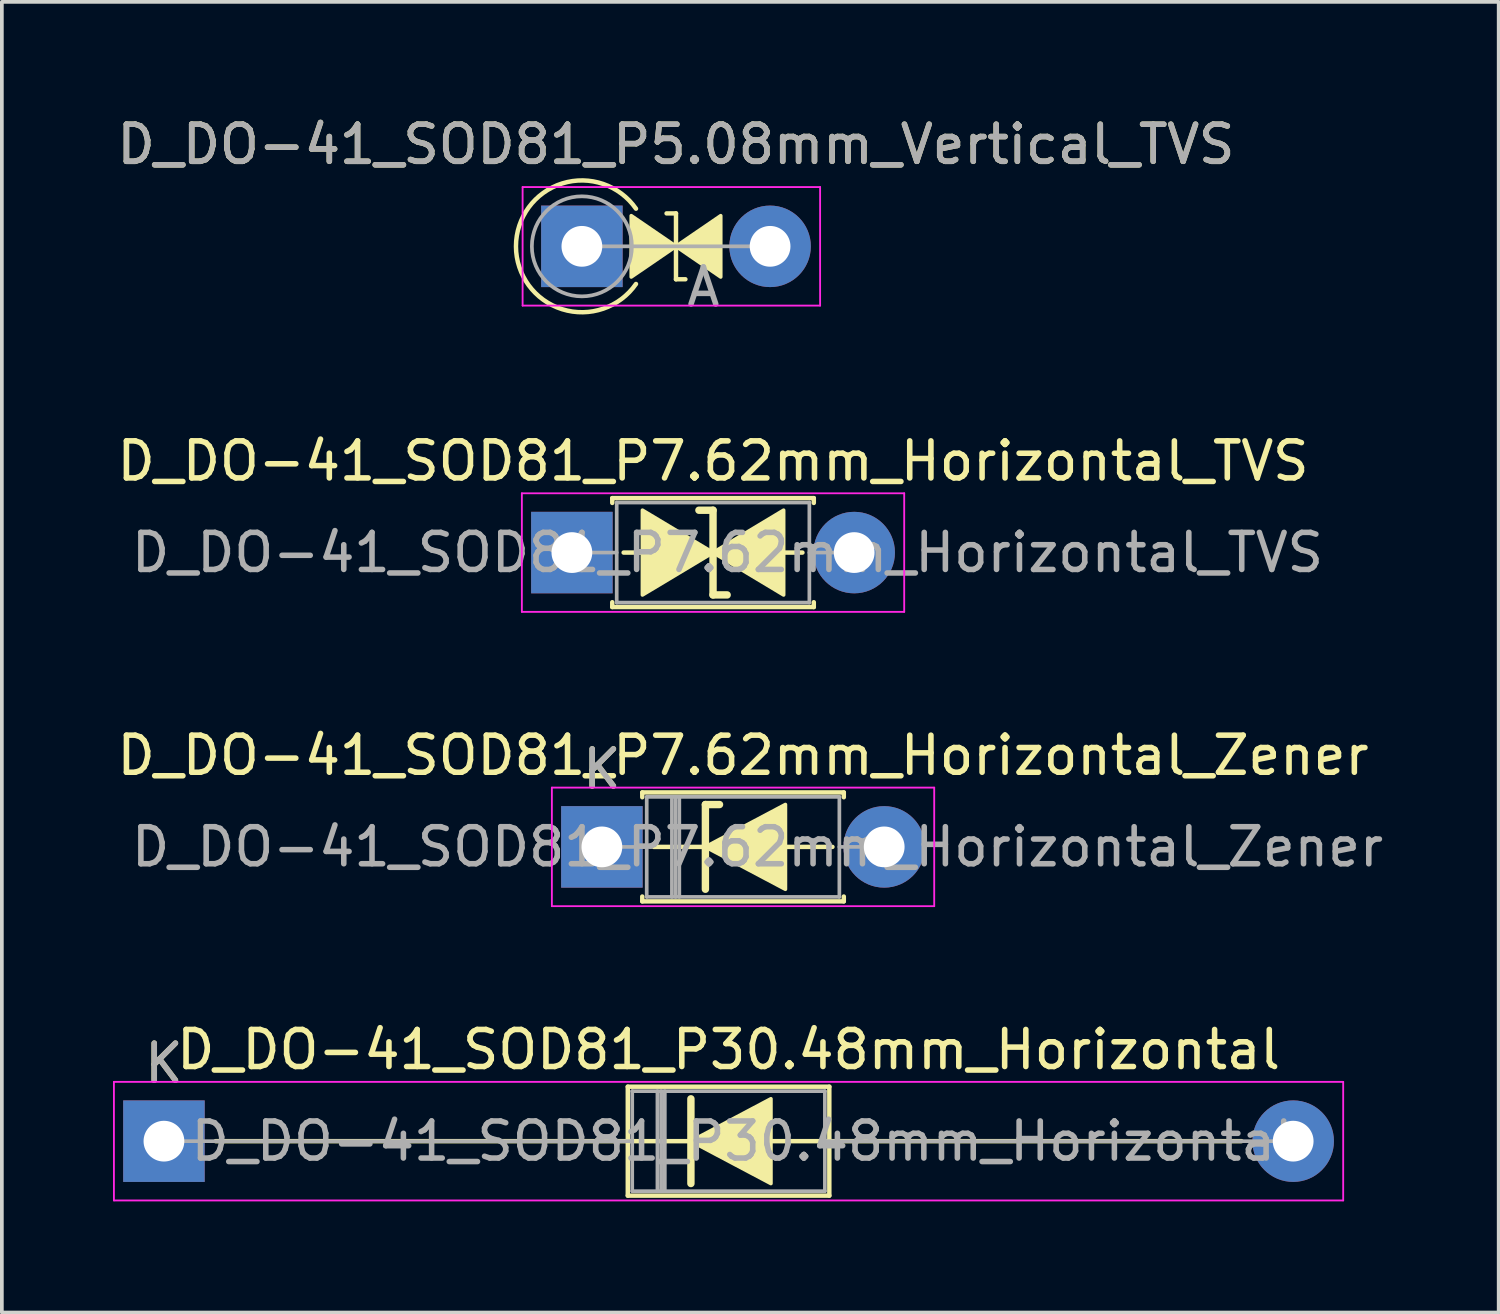
<source format=kicad_pcb>
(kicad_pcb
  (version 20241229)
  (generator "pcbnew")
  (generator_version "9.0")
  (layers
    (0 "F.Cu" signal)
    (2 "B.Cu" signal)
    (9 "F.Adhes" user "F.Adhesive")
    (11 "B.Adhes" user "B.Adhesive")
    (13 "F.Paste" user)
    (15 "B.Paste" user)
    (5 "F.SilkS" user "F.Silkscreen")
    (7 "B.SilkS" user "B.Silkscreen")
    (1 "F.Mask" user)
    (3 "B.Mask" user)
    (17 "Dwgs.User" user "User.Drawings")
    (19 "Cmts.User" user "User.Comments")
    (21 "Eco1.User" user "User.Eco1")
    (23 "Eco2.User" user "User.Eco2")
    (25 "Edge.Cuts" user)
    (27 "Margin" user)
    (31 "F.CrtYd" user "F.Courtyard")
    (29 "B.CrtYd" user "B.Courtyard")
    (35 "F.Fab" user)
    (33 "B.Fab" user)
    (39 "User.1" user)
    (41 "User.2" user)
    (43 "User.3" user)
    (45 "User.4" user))
  (footprint "D_DO-41_SOD81_P7.62mm_Horizontal_Zener"
    (layer "F.Cu")
    (at 13.196 19.809)
    (property "Reference" "D_DO-41_SOD81_P7.62mm_Horizontal_Zener" (at 3.81 -2.47 0) (layer "F.SilkS") (effects (font (size 1 1) (thickness 0.15))))
    (attr through_hole)
    (fp_line (start 1.09 -1.47) (end 6.53 -1.47) (stroke (width 0.12) (type solid)) (layer "F.SilkS"))
    (fp_line (start 1.09 -1.34) (end 1.09 -1.47) (stroke (width 0.12) (type solid)) (layer "F.SilkS"))
    (fp_line (start 1.09 1.34) (end 1.09 1.47) (stroke (width 0.12) (type solid)) (layer "F.SilkS"))
    (fp_line (start 1.09 1.47) (end 6.53 1.47) (stroke (width 0.12) (type solid)) (layer "F.SilkS"))
    (fp_line (start 2.794 -1.143) (end 2.794 1.143) (stroke (width 0.2) (type solid)) (layer "F.SilkS"))
    (fp_line (start 2.794 -1.143) (end 3.175 -1.143) (stroke (width 0.2) (type solid)) (layer "F.SilkS"))
    (fp_line (start 2.794 0) (end 1.397 0) (stroke (width 0.12) (type solid)) (layer "F.SilkS"))
    (fp_line (start 4.953 0) (end 6.223 0) (stroke (width 0.12) (type solid)) (layer "F.SilkS"))
    (fp_line (start 6.53 -1.47) (end 6.53 -1.34) (stroke (width 0.12) (type solid)) (layer "F.SilkS"))
    (fp_line (start 6.53 1.47) (end 6.53 1.34) (stroke (width 0.12) (type solid)) (layer "F.SilkS"))
    (fp_poly (pts (xy 4.953 1.143) (xy 2.794 0) (xy 4.953 -1.143)) (stroke (width 0.1) (type solid)) (fill yes) (layer "F.SilkS"))
    (fp_line (start -1.35 -1.6) (end -1.35 1.6) (stroke (width 0.05) (type solid)) (layer "F.CrtYd"))
    (fp_line (start -1.35 1.6) (end 8.97 1.6) (stroke (width 0.05) (type solid)) (layer "F.CrtYd"))
    (fp_line (start 8.97 -1.6) (end -1.35 -1.6) (stroke (width 0.05) (type solid)) (layer "F.CrtYd"))
    (fp_line (start 8.97 1.6) (end 8.97 -1.6) (stroke (width 0.05) (type solid)) (layer "F.CrtYd"))
    (fp_line (start 0 0) (end 1.21 0) (stroke (width 0.1) (type solid)) (layer "F.Fab"))
    (fp_line (start 1.21 -1.35) (end 1.21 1.35) (stroke (width 0.1) (type solid)) (layer "F.Fab"))
    (fp_line (start 1.21 1.35) (end 6.41 1.35) (stroke (width 0.1) (type solid)) (layer "F.Fab"))
    (fp_line (start 1.89 -1.35) (end 1.89 1.35) (stroke (width 0.1) (type solid)) (layer "F.Fab"))
    (fp_line (start 1.99 -1.35) (end 1.99 1.35) (stroke (width 0.1) (type solid)) (layer "F.Fab"))
    (fp_line (start 2.09 -1.35) (end 2.09 1.35) (stroke (width 0.1) (type solid)) (layer "F.Fab"))
    (fp_line (start 6.41 -1.35) (end 1.21 -1.35) (stroke (width 0.1) (type solid)) (layer "F.Fab"))
    (fp_line (start 6.41 1.35) (end 6.41 -1.35) (stroke (width 0.1) (type solid)) (layer "F.Fab"))
    (fp_line (start 7.62 0) (end 6.41 0) (stroke (width 0.1) (type solid)) (layer "F.Fab"))
    (fp_text user "K" (at 0 -2.1 0) (layer "F.SilkS") (effects (font (size 1 1) (thickness 0.15))))
    (fp_text user "${REFERENCE}" (at 4.2 0 0) (layer "F.Fab") (effects (font (size 1 1) (thickness 0.15))))
    (fp_text user "K" (at 0 -2.1 0) (layer "F.Fab") (effects (font (size 1 1) (thickness 0.15))))
    (pad "1" thru_hole rect (at 0 0) (size 2.2 2.2) (drill 1.1) (layers "*.Cu" "*.Mask"))
    (pad "2" thru_hole oval (at 7.62 0) (size 2.2 2.2) (drill 1.1) (layers "*.Cu" "*.Mask")))
  (footprint "D_DO-41_SOD81_P5.08mm_Vertical_TVS"
    (layer "F.Cu")
    (at 12.656 3.599)
    (property "Reference" "D_DO-41_SOD81_P5.08mm_Vertical_TVS" (at 2.54 -2.751 0) (layer "F.SilkS") (effects (font (size 1 1) (thickness 0.15))))
    (attr through_hole)
    (fp_line (start 2.286 -0.889) (end 2.54 -0.889) (stroke (width 0.12) (type solid)) (layer "F.SilkS"))
    (fp_line (start 2.54 -0.889) (end 2.54 0.889) (stroke (width 0.12) (type solid)) (layer "F.SilkS"))
    (fp_line (start 2.54 0.889) (end 2.794 0.889) (stroke (width 0.12) (type solid)) (layer "F.SilkS"))
    (fp_arc (start 1.4605 1.016) (mid -1.779134 0) (end 1.4605 -1.016) (stroke (width 0.12) (type solid)) (layer "F.SilkS"))
    (fp_poly (pts (xy 1.333 -0.826) (xy 2.54 0) (xy 1.333 0.826)) (stroke (width 0.1) (type solid)) (fill yes) (layer "F.SilkS"))
    (fp_poly (pts (xy 3.747 0.826) (xy 2.54 0) (xy 3.747 -0.826)) (stroke (width 0.1) (type solid)) (fill yes) (layer "F.SilkS"))
    (fp_line (start -1.6 -1.6) (end -1.6 1.6) (stroke (width 0.05) (type solid)) (layer "F.CrtYd"))
    (fp_line (start -1.6 1.6) (end 6.43 1.6) (stroke (width 0.05) (type solid)) (layer "F.CrtYd"))
    (fp_line (start 6.43 -1.6) (end -1.6 -1.6) (stroke (width 0.05) (type solid)) (layer "F.CrtYd"))
    (fp_line (start 6.43 1.6) (end 6.43 -1.6) (stroke (width 0.05) (type solid)) (layer "F.CrtYd"))
    (fp_line (start 0 0) (end 5.08 0) (stroke (width 0.1) (type solid)) (layer "F.Fab"))
    (fp_circle (center 0 0) (end 1.35 0) (stroke (width 0.1) (type solid)) (fill no) (layer "F.Fab"))
    (fp_text user "${REFERENCE}" (at 2.54 -2.751 0) (layer "F.Fab") (effects (font (size 1 1) (thickness 0.15))))
    (fp_text user "A" (at 3.28 1.1 0) (layer "F.Fab") (effects (font (size 1 1) (thickness 0.15))))
    (pad "1" thru_hole rect (at 0 0) (size 2.2 2.2) (drill 1.1) (layers "*.Cu" "*.Mask"))
    (pad "2" thru_hole oval (at 5.08 0) (size 2.2 2.2) (drill 1.1) (layers "*.Cu" "*.Mask")))
  (footprint "D_DO-41_SOD81_P30.48mm_Horizontal"
    (layer "F.Cu")
    (at 1.375 27.752)
    (property "Reference" "D_DO-41_SOD81_P30.48mm_Horizontal" (at 15.24 -2.47 0) (layer "F.SilkS") (effects (font (size 1 1) (thickness 0.15))))
    (attr through_hole)
    (fp_line (start 1.397 0) (end 12.52 0) (stroke (width 0.12) (type solid)) (layer "F.SilkS"))
    (fp_line (start 12.52 -1.47) (end 12.52 1.47) (stroke (width 0.12) (type solid)) (layer "F.SilkS"))
    (fp_line (start 12.52 1.47) (end 17.96 1.47) (stroke (width 0.12) (type solid)) (layer "F.SilkS"))
    (fp_line (start 14.224 -1.143) (end 14.224 1.143) (stroke (width 0.2) (type solid)) (layer "F.SilkS"))
    (fp_line (start 14.224 0) (end 12.52 0) (stroke (width 0.12) (type solid)) (layer "F.SilkS"))
    (fp_line (start 16.383 0) (end 17.96 0) (stroke (width 0.12) (type solid)) (layer "F.SilkS"))
    (fp_line (start 17.96 -1.47) (end 12.52 -1.47) (stroke (width 0.12) (type solid)) (layer "F.SilkS"))
    (fp_line (start 17.96 1.47) (end 17.96 -1.47) (stroke (width 0.12) (type solid)) (layer "F.SilkS"))
    (fp_line (start 29.083 0) (end 17.96 0) (stroke (width 0.12) (type solid)) (layer "F.SilkS"))
    (fp_poly (pts (xy 16.383 1.143) (xy 14.224 0) (xy 16.383 -1.143)) (stroke (width 0.1) (type solid)) (fill yes) (layer "F.SilkS"))
    (fp_line (start -1.35 -1.6) (end -1.35 1.6) (stroke (width 0.05) (type solid)) (layer "F.CrtYd"))
    (fp_line (start -1.35 1.6) (end 31.83 1.6) (stroke (width 0.05) (type solid)) (layer "F.CrtYd"))
    (fp_line (start 31.83 -1.6) (end -1.35 -1.6) (stroke (width 0.05) (type solid)) (layer "F.CrtYd"))
    (fp_line (start 31.83 1.6) (end 31.83 -1.6) (stroke (width 0.05) (type solid)) (layer "F.CrtYd"))
    (fp_line (start 0 0) (end 12.64 0) (stroke (width 0.1) (type solid)) (layer "F.Fab"))
    (fp_line (start 12.64 -1.35) (end 12.64 1.35) (stroke (width 0.1) (type solid)) (layer "F.Fab"))
    (fp_line (start 12.64 1.35) (end 17.84 1.35) (stroke (width 0.1) (type solid)) (layer "F.Fab"))
    (fp_line (start 13.32 -1.35) (end 13.32 1.35) (stroke (width 0.1) (type solid)) (layer "F.Fab"))
    (fp_line (start 13.42 -1.35) (end 13.42 1.35) (stroke (width 0.1) (type solid)) (layer "F.Fab"))
    (fp_line (start 13.52 -1.35) (end 13.52 1.35) (stroke (width 0.1) (type solid)) (layer "F.Fab"))
    (fp_line (start 17.84 -1.35) (end 12.64 -1.35) (stroke (width 0.1) (type solid)) (layer "F.Fab"))
    (fp_line (start 17.84 1.35) (end 17.84 -1.35) (stroke (width 0.1) (type solid)) (layer "F.Fab"))
    (fp_line (start 30.48 0) (end 17.84 0) (stroke (width 0.1) (type solid)) (layer "F.Fab"))
    (fp_text user "K" (at 0 -2.1 0) (layer "F.SilkS") (effects (font (size 1 1) (thickness 0.15))))
    (fp_text user "K" (at 0 -2.1 0) (layer "F.Fab") (effects (font (size 1 1) (thickness 0.15))))
    (fp_text user "${REFERENCE}" (at 15.63 0 0) (layer "F.Fab") (effects (font (size 1 1) (thickness 0.15))))
    (pad "1" thru_hole rect (at 0 0) (size 2.2 2.2) (drill 1.1) (layers "*.Cu" "*.Mask"))
    (pad "2" thru_hole oval (at 30.48 0) (size 2.2 2.2) (drill 1.1) (layers "*.Cu" "*.Mask")))
  (footprint "D_DO-41_SOD81_P7.62mm_Horizontal_TVS"
    (layer "F.Cu")
    (at 12.386 11.865)
    (property "Reference" "D_DO-41_SOD81_P7.62mm_Horizontal_TVS" (at 3.81 -2.47 0) (layer "F.SilkS") (effects (font (size 1 1) (thickness 0.15))))
    (attr through_hole)
    (fp_line (start 1.09 -1.47) (end 6.53 -1.47) (stroke (width 0.12) (type solid)) (layer "F.SilkS"))
    (fp_line (start 1.09 -1.34) (end 1.09 -1.47) (stroke (width 0.12) (type solid)) (layer "F.SilkS"))
    (fp_line (start 1.09 1.34) (end 1.09 1.47) (stroke (width 0.12) (type solid)) (layer "F.SilkS"))
    (fp_line (start 1.09 1.47) (end 6.53 1.47) (stroke (width 0.12) (type solid)) (layer "F.SilkS"))
    (fp_line (start 1.397 0) (end 1.905 0) (stroke (width 0.12) (type solid)) (layer "F.SilkS"))
    (fp_line (start 3.81 -1.143) (end 3.429 -1.143) (stroke (width 0.2) (type solid)) (layer "F.SilkS"))
    (fp_line (start 3.81 1.143) (end 3.81 -1.143) (stroke (width 0.2) (type solid)) (layer "F.SilkS"))
    (fp_line (start 4.191 1.143) (end 3.81 1.143) (stroke (width 0.2) (type solid)) (layer "F.SilkS"))
    (fp_line (start 5.715 0) (end 6.223 0) (stroke (width 0.12) (type solid)) (layer "F.SilkS"))
    (fp_line (start 6.53 -1.47) (end 6.53 -1.34) (stroke (width 0.12) (type solid)) (layer "F.SilkS"))
    (fp_line (start 6.53 1.47) (end 6.53 1.34) (stroke (width 0.12) (type solid)) (layer "F.SilkS"))
    (fp_poly (pts (xy 3.81 0) (xy 1.905 1.143) (xy 1.905 -1.143)) (stroke (width 0.1) (type solid)) (fill yes) (layer "F.SilkS"))
    (fp_poly (pts (xy 3.81 0) (xy 5.715 -1.143) (xy 5.715 1.143)) (stroke (width 0.1) (type solid)) (fill yes) (layer "F.SilkS"))
    (fp_line (start -1.35 -1.6) (end -1.35 1.6) (stroke (width 0.05) (type solid)) (layer "F.CrtYd"))
    (fp_line (start -1.35 1.6) (end 8.97 1.6) (stroke (width 0.05) (type solid)) (layer "F.CrtYd"))
    (fp_line (start 8.97 -1.6) (end -1.35 -1.6) (stroke (width 0.05) (type solid)) (layer "F.CrtYd"))
    (fp_line (start 8.97 1.6) (end 8.97 -1.6) (stroke (width 0.05) (type solid)) (layer "F.CrtYd"))
    (fp_line (start 0 0) (end 1.21 0) (stroke (width 0.1) (type solid)) (layer "F.Fab"))
    (fp_line (start 1.21 -1.35) (end 1.21 1.35) (stroke (width 0.1) (type solid)) (layer "F.Fab"))
    (fp_line (start 1.21 1.35) (end 6.41 1.35) (stroke (width 0.1) (type solid)) (layer "F.Fab"))
    (fp_line (start 6.41 -1.35) (end 1.21 -1.35) (stroke (width 0.1) (type solid)) (layer "F.Fab"))
    (fp_line (start 6.41 1.35) (end 6.41 -1.35) (stroke (width 0.1) (type solid)) (layer "F.Fab"))
    (fp_line (start 7.62 0) (end 6.41 0) (stroke (width 0.1) (type solid)) (layer "F.Fab"))
    (fp_text user "${REFERENCE}" (at 4.2 0 0) (layer "F.Fab") (effects (font (size 1 1) (thickness 0.15))))
    (pad "1" thru_hole rect (at 0 0) (size 2.2 2.2) (drill 1.1) (layers "*.Cu" "*.Mask"))
    (pad "2" thru_hole oval (at 7.62 0) (size 2.2 2.2) (drill 1.1) (layers "*.Cu" "*.Mask")))
  (gr_rect
    (start -3 -3)
    (end 37.402 32.377)
    (stroke (width 0.1) (type default))
    (fill no)
    (layer "Edge.Cuts")))
</source>
